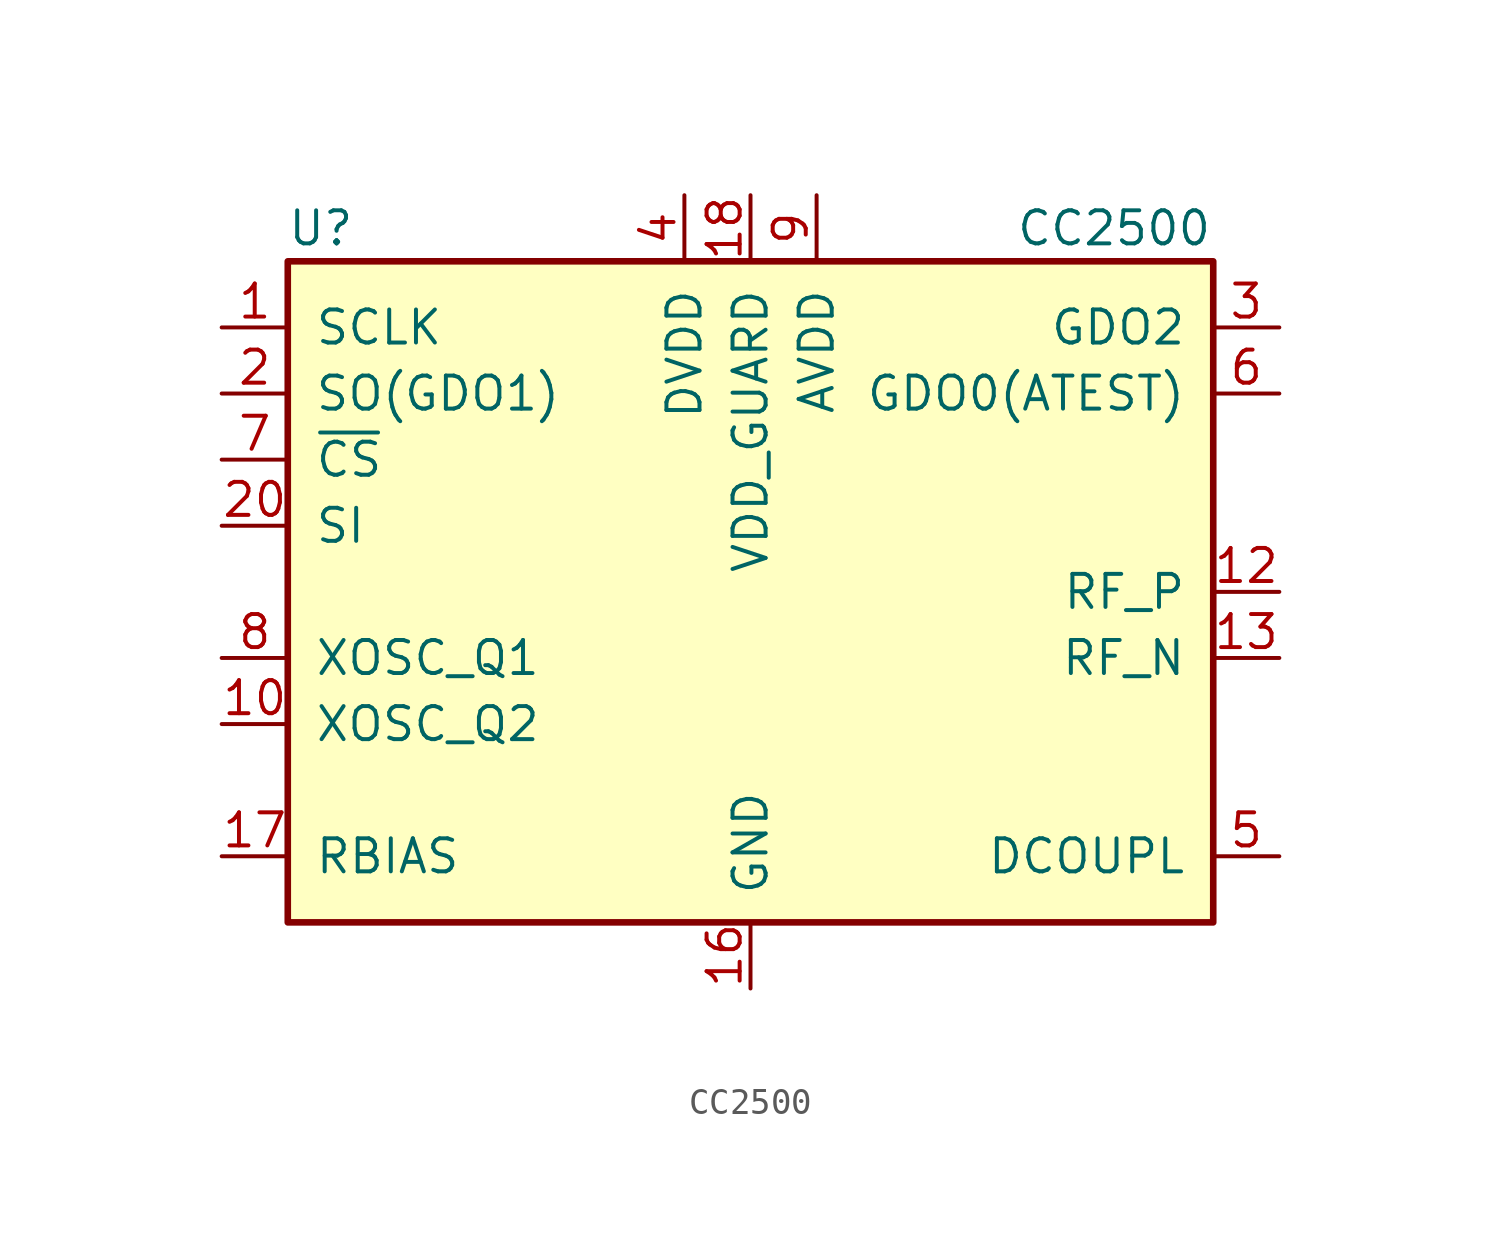
<source format=kicad_sym>
(kicad_symbol_lib
  (version 20211014)
  (generator kicad_symbol_editor)
  (symbol "CC2500"
    (pin_names
      (offset 1.016))
    (property "Reference" "U"
      (at -16.51 13.97 0)
      (effects (font (size 1.27 1.27))))
    (property "Value" "CC2500"
      (at 13.97 13.97 0)
      (effects (font (size 1.27 1.27))))
    (symbol "CC2500_0_1"
      (rectangle (start -17.78 12.7) (end 17.78 -12.7) (stroke (width 0.254) (type default) (color 0 0 0 0)) (fill (type background))))
    (symbol "CC2500_1_1"
      (pin input line (at -20.32 10.16 0) (length 2.54) (name "SCLK" (effects (font (size 1.27 1.27)))) (number "1" (effects (font (size 1.27 1.27)))))
      (pin passive line (at -20.32 -5.08 0) (length 2.54) (name "XOSC_Q2" (effects (font (size 1.27 1.27)))) (number "10" (effects (font (size 1.27 1.27)))))
      (pin passive line (at 2.54 15.24 270) (length 2.54) hide (name "AVDD" (effects (font (size 1.27 1.27)))) (number "11" (effects (font (size 1.27 1.27)))))
      (pin passive line (at 20.32 0 180) (length 2.54) (name "RF_P" (effects (font (size 1.27 1.27)))) (number "12" (effects (font (size 1.27 1.27)))))
      (pin passive line (at 20.32 -2.54 180) (length 2.54) (name "RF_N" (effects (font (size 1.27 1.27)))) (number "13" (effects (font (size 1.27 1.27)))))
      (pin passive line (at 2.54 15.24 270) (length 2.54) hide (name "AVDD" (effects (font (size 1.27 1.27)))) (number "14" (effects (font (size 1.27 1.27)))))
      (pin passive line (at 2.54 15.24 270) (length 2.54) hide (name "AVDD" (effects (font (size 1.27 1.27)))) (number "15" (effects (font (size 1.27 1.27)))))
      (pin power_in line (at 0 -15.24 90) (length 2.54) (name "GND" (effects (font (size 1.27 1.27)))) (number "16" (effects (font (size 1.27 1.27)))))
      (pin passive line (at -20.32 -10.16 0) (length 2.54) (name "RBIAS" (effects (font (size 1.27 1.27)))) (number "17" (effects (font (size 1.27 1.27)))))
      (pin power_in line (at 0 15.24 270) (length 2.54) (name "VDD_GUARD" (effects (font (size 1.27 1.27)))) (number "18" (effects (font (size 1.27 1.27)))))
      (pin passive line (at 0 -15.24 90) (length 2.54) hide (name "GND" (effects (font (size 1.27 1.27)))) (number "19" (effects (font (size 1.27 1.27)))))
      (pin bidirectional line (at -20.32 7.62 0) (length 2.54) (name "SO(GDO1)" (effects (font (size 1.27 1.27)))) (number "2" (effects (font (size 1.27 1.27)))))
      (pin input line (at -20.32 2.54 0) (length 2.54) (name "SI" (effects (font (size 1.27 1.27)))) (number "20" (effects (font (size 1.27 1.27)))))
      (pin passive line (at 0 -15.24 90) (length 2.54) hide (name "GND" (effects (font (size 1.27 1.27)))) (number "21" (effects (font (size 1.27 1.27)))))
      (pin bidirectional line (at 20.32 10.16 180) (length 2.54) (name "GDO2" (effects (font (size 1.27 1.27)))) (number "3" (effects (font (size 1.27 1.27)))))
      (pin power_in line (at -2.54 15.24 270) (length 2.54) (name "DVDD" (effects (font (size 1.27 1.27)))) (number "4" (effects (font (size 1.27 1.27)))))
      (pin power_out line (at 20.32 -10.16 180) (length 2.54) (name "DCOUPL" (effects (font (size 1.27 1.27)))) (number "5" (effects (font (size 1.27 1.27)))))
      (pin bidirectional line (at 20.32 7.62 180) (length 2.54) (name "GDO0(ATEST)" (effects (font (size 1.27 1.27)))) (number "6" (effects (font (size 1.27 1.27)))))
      (pin input line (at -20.32 5.08 0) (length 2.54) (name "~{CS}" (effects (font (size 1.27 1.27)))) (number "7" (effects (font (size 1.27 1.27)))))
      (pin passive line (at -20.32 -2.54 0) (length 2.54) (name "XOSC_Q1" (effects (font (size 1.27 1.27)))) (number "8" (effects (font (size 1.27 1.27)))))
      (pin power_in line (at 2.54 15.24 270) (length 2.54) (name "AVDD" (effects (font (size 1.27 1.27)))) (number "9" (effects (font (size 1.27 1.27))))))))
</source>
